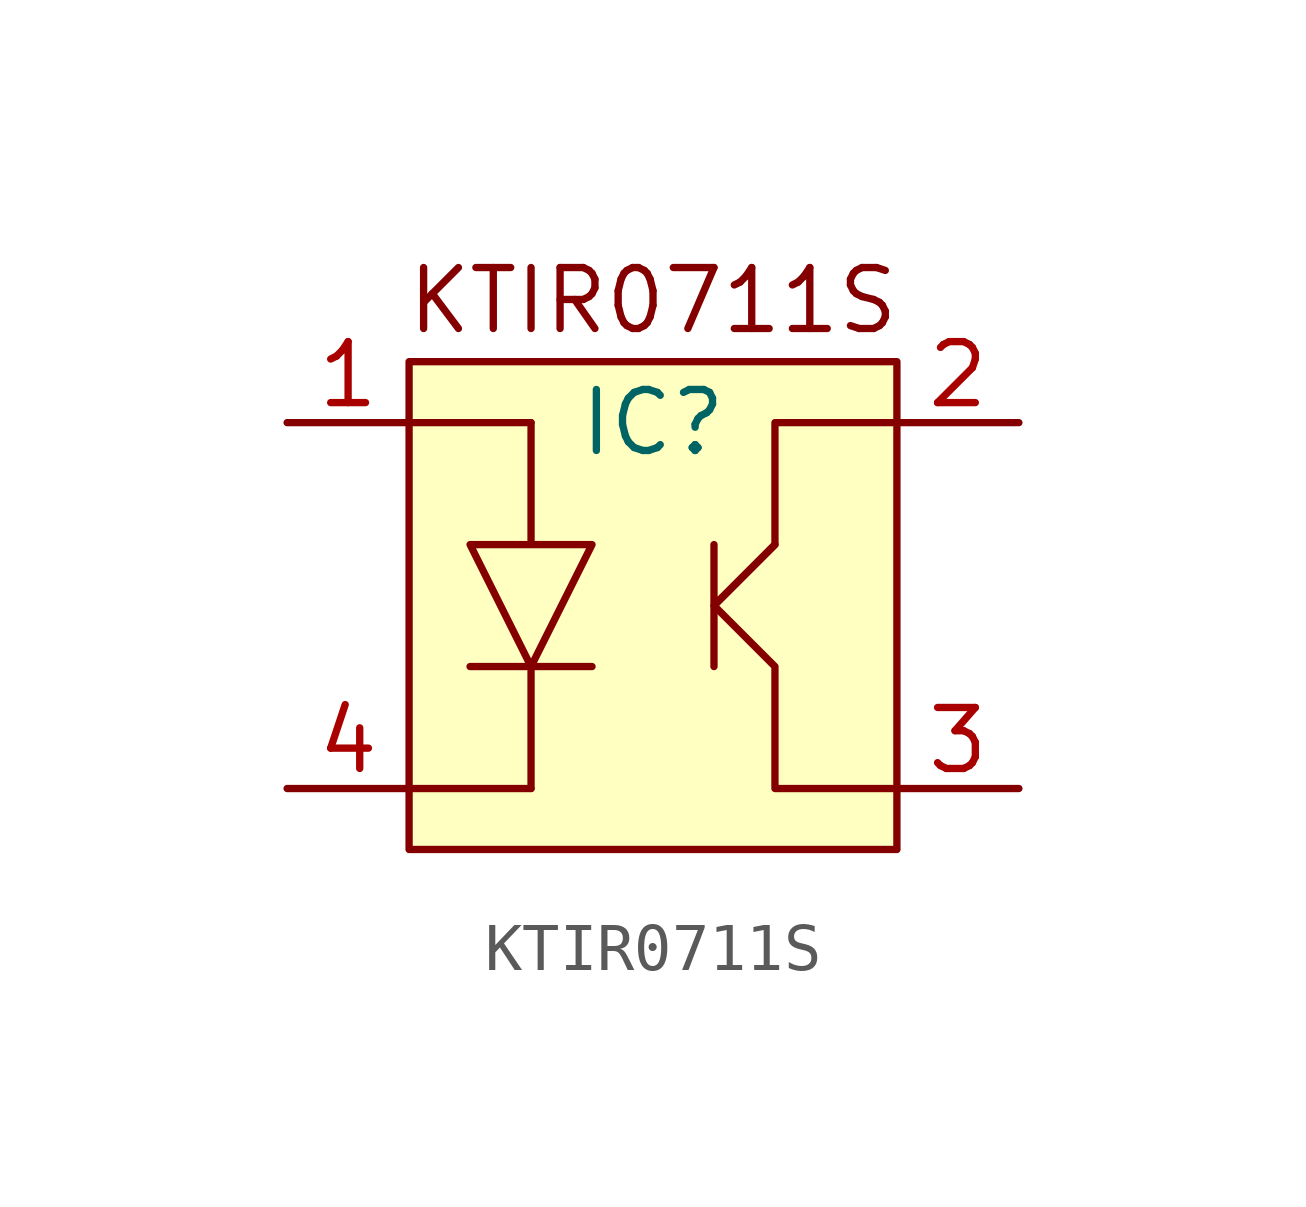
<source format=kicad_sym>
(kicad_symbol_lib
  (version 20220914)
  (generator kicad_symbol_editor)
  (symbol "KTIR0711S"
    (property "Reference" "IC"
      (at 1.27 2.54 0)
      (effects (font (size 1.27 1.27))))
    (property "Value" ""
      (at 0 0 0)
      (effects (font (size 1.27 1.27))))
    (symbol "KTIR0711S_1_1"
      (rectangle (start -3.81 3.81) (end 6.35 -6.35) (stroke (width 0) (type default)) (fill (type background)))
      (polyline (pts (xy -3.81 -5.08) (xy -1.27 -5.08)) (stroke (width 0) (type default)) (fill (type none)))
      (polyline (pts (xy -3.81 2.54) (xy -1.27 2.54)) (stroke (width 0) (type default)) (fill (type none)))
      (polyline (pts (xy 2.54 -1.27) (xy 2.54 0) (xy 2.54 -2.54) (xy 2.54 -1.27) (xy 3.81 0)) (stroke (width 0) (type default)) (fill (type none)))
      (polyline (pts (xy 6.35 -5.08) (xy 3.81 -5.08) (xy 3.81 -2.54) (xy 2.54 -1.27) (xy 3.81 0) (xy 3.81 2.54) (xy 6.35 2.54)) (stroke (width 0) (type default)) (fill (type none)))
      (polyline (pts (xy -1.27 2.54) (xy -1.27 0) (xy -2.54 0) (xy 0 0) (xy -1.27 -2.54) (xy -2.54 0) (xy -1.27 -2.54) (xy -2.54 -2.54) (xy 0 -2.54) (xy -1.27 -2.54) (xy -1.27 -5.08)) (stroke (width 0) (type default)) (fill (type none)))
      (text "KTIR0711S" (at 1.27 5.08 0) (effects (font (size 1.27 1.27))))
      (pin input line (at -6.35 2.54 0) (length 2.54) (name "" (effects (font (size 1.27 1.27)))) (number "1" (effects (font (size 1.27 1.27)))))
      (pin input line (at 8.89 2.54 180) (length 2.54) (name "" (effects (font (size 1.27 1.27)))) (number "2" (effects (font (size 1.27 1.27)))))
      (pin input line (at 8.89 -5.08 180) (length 2.54) (name "" (effects (font (size 1.27 1.27)))) (number "3" (effects (font (size 1.27 1.27)))))
      (pin input line (at -6.35 -5.08 0) (length 2.54) (name "" (effects (font (size 1.27 1.27)))) (number "4" (effects (font (size 1.27 1.27))))))))
</source>
